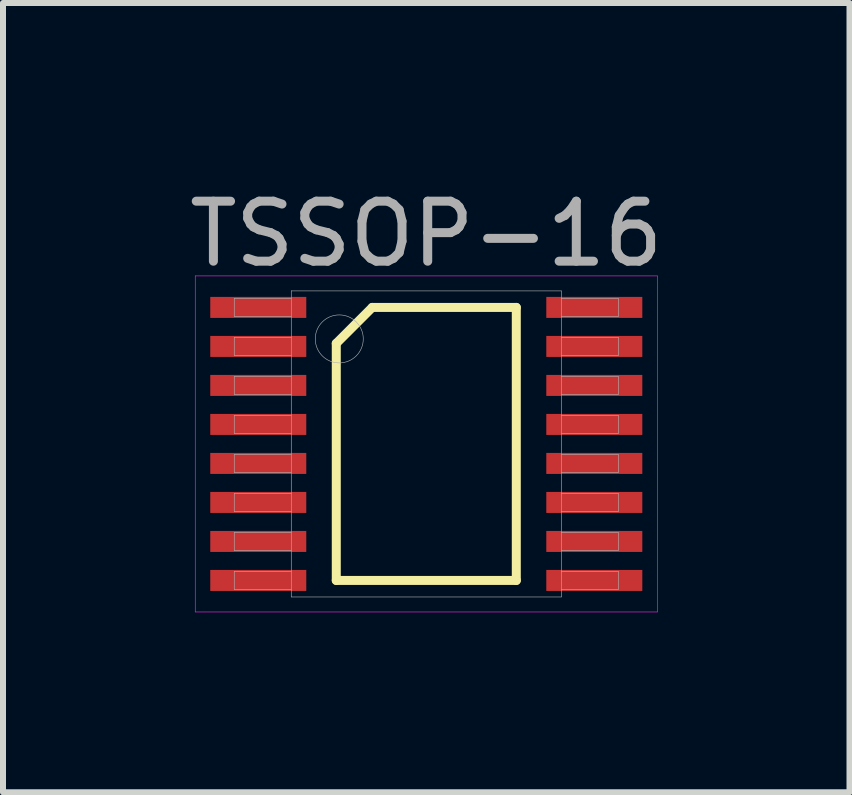
<source format=kicad_pcb>
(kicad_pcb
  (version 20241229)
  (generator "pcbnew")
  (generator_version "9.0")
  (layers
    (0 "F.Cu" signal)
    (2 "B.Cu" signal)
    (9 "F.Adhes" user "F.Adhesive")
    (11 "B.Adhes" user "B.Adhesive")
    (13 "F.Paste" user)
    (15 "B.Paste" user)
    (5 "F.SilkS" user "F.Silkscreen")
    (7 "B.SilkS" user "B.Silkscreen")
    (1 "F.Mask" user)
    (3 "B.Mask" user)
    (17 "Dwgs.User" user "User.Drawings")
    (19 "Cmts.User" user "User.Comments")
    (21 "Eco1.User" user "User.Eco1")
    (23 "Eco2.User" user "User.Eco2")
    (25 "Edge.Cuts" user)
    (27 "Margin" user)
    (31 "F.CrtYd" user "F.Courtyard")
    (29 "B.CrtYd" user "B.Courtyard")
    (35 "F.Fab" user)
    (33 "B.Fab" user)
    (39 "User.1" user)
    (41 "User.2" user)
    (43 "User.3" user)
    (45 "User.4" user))
  (footprint "TSSOP-16"
    (layer "F.Cu")
    (at 4.054 4.348)
    (property "Reference" "TSSOP-16" (at 0 -3.5 0) (layer "F.Fab") (effects (font (size 1 1) (thickness 0.15))))
    (attr through_hole)
    (fp_line (start -1.5 -1.675) (end -0.9 -2.275) (stroke (width 0.15) (type solid)) (layer "F.SilkS"))
    (fp_line (start -1.5 2.275) (end -1.5 -1.675) (stroke (width 0.15) (type solid)) (layer "F.SilkS"))
    (fp_line (start -0.9 -2.275) (end 1.5 -2.275) (stroke (width 0.15) (type solid)) (layer "F.SilkS"))
    (fp_line (start 1.5 -2.275) (end 1.5 2.275) (stroke (width 0.15) (type solid)) (layer "F.SilkS"))
    (fp_line (start 1.5 2.275) (end -1.5 2.275) (stroke (width 0.15) (type solid)) (layer "F.SilkS"))
    (fp_line (start -3.85 -2.8) (end 3.85 -2.8) (stroke (width 0.01) (type solid)) (layer "F.CrtYd"))
    (fp_line (start -3.85 2.8) (end -3.85 -2.8) (stroke (width 0.01) (type solid)) (layer "F.CrtYd"))
    (fp_line (start 3.85 -2.8) (end 3.85 2.8) (stroke (width 0.01) (type solid)) (layer "F.CrtYd"))
    (fp_line (start 3.85 2.8) (end -3.85 2.8) (stroke (width 0.01) (type solid)) (layer "F.CrtYd"))
    (fp_line (start -3.2 -2.425) (end -2.25 -2.425) (stroke (width 0.01) (type solid)) (layer "F.Fab"))
    (fp_line (start -3.2 -2.125) (end -3.2 -2.425) (stroke (width 0.01) (type solid)) (layer "F.Fab"))
    (fp_line (start -3.2 -1.775) (end -2.25 -1.775) (stroke (width 0.01) (type solid)) (layer "F.Fab"))
    (fp_line (start -3.2 -1.475) (end -3.2 -1.775) (stroke (width 0.01) (type solid)) (layer "F.Fab"))
    (fp_line (start -3.2 -1.125) (end -2.25 -1.125) (stroke (width 0.01) (type solid)) (layer "F.Fab"))
    (fp_line (start -3.2 -0.825) (end -3.2 -1.125) (stroke (width 0.01) (type solid)) (layer "F.Fab"))
    (fp_line (start -3.2 -0.475) (end -2.25 -0.475) (stroke (width 0.01) (type solid)) (layer "F.Fab"))
    (fp_line (start -3.2 -0.175) (end -3.2 -0.475) (stroke (width 0.01) (type solid)) (layer "F.Fab"))
    (fp_line (start -3.2 0.175) (end -2.25 0.175) (stroke (width 0.01) (type solid)) (layer "F.Fab"))
    (fp_line (start -3.2 0.475) (end -3.2 0.175) (stroke (width 0.01) (type solid)) (layer "F.Fab"))
    (fp_line (start -3.2 0.825) (end -2.25 0.825) (stroke (width 0.01) (type solid)) (layer "F.Fab"))
    (fp_line (start -3.2 1.125) (end -3.2 0.825) (stroke (width 0.01) (type solid)) (layer "F.Fab"))
    (fp_line (start -3.2 1.475) (end -2.25 1.475) (stroke (width 0.01) (type solid)) (layer "F.Fab"))
    (fp_line (start -3.2 1.775) (end -3.2 1.475) (stroke (width 0.01) (type solid)) (layer "F.Fab"))
    (fp_line (start -3.2 2.125) (end -2.25 2.125) (stroke (width 0.01) (type solid)) (layer "F.Fab"))
    (fp_line (start -3.2 2.425) (end -3.2 2.125) (stroke (width 0.01) (type solid)) (layer "F.Fab"))
    (fp_line (start -2.25 -2.55) (end 2.25 -2.55) (stroke (width 0.01) (type solid)) (layer "F.Fab"))
    (fp_line (start -2.25 -2.125) (end -3.2 -2.125) (stroke (width 0.01) (type solid)) (layer "F.Fab"))
    (fp_line (start -2.25 -1.475) (end -3.2 -1.475) (stroke (width 0.01) (type solid)) (layer "F.Fab"))
    (fp_line (start -2.25 -0.825) (end -3.2 -0.825) (stroke (width 0.01) (type solid)) (layer "F.Fab"))
    (fp_line (start -2.25 -0.175) (end -3.2 -0.175) (stroke (width 0.01) (type solid)) (layer "F.Fab"))
    (fp_line (start -2.25 0.475) (end -3.2 0.475) (stroke (width 0.01) (type solid)) (layer "F.Fab"))
    (fp_line (start -2.25 1.125) (end -3.2 1.125) (stroke (width 0.01) (type solid)) (layer "F.Fab"))
    (fp_line (start -2.25 1.775) (end -3.2 1.775) (stroke (width 0.01) (type solid)) (layer "F.Fab"))
    (fp_line (start -2.25 2.425) (end -3.2 2.425) (stroke (width 0.01) (type solid)) (layer "F.Fab"))
    (fp_line (start -2.25 2.55) (end -2.25 -2.55) (stroke (width 0.01) (type solid)) (layer "F.Fab"))
    (fp_line (start 2.25 -2.55) (end 2.25 2.55) (stroke (width 0.01) (type solid)) (layer "F.Fab"))
    (fp_line (start 2.25 -2.425) (end 3.2 -2.425) (stroke (width 0.01) (type solid)) (layer "F.Fab"))
    (fp_line (start 2.25 -1.775) (end 3.2 -1.775) (stroke (width 0.01) (type solid)) (layer "F.Fab"))
    (fp_line (start 2.25 -1.125) (end 3.2 -1.125) (stroke (width 0.01) (type solid)) (layer "F.Fab"))
    (fp_line (start 2.25 -0.475) (end 3.2 -0.475) (stroke (width 0.01) (type solid)) (layer "F.Fab"))
    (fp_line (start 2.25 0.175) (end 3.2 0.175) (stroke (width 0.01) (type solid)) (layer "F.Fab"))
    (fp_line (start 2.25 0.825) (end 3.2 0.825) (stroke (width 0.01) (type solid)) (layer "F.Fab"))
    (fp_line (start 2.25 1.475) (end 3.2 1.475) (stroke (width 0.01) (type solid)) (layer "F.Fab"))
    (fp_line (start 2.25 2.125) (end 3.2 2.125) (stroke (width 0.01) (type solid)) (layer "F.Fab"))
    (fp_line (start 2.25 2.55) (end -2.25 2.55) (stroke (width 0.01) (type solid)) (layer "F.Fab"))
    (fp_line (start 3.2 -2.425) (end 3.2 -2.125) (stroke (width 0.01) (type solid)) (layer "F.Fab"))
    (fp_line (start 3.2 -2.125) (end 2.25 -2.125) (stroke (width 0.01) (type solid)) (layer "F.Fab"))
    (fp_line (start 3.2 -1.775) (end 3.2 -1.475) (stroke (width 0.01) (type solid)) (layer "F.Fab"))
    (fp_line (start 3.2 -1.475) (end 2.25 -1.475) (stroke (width 0.01) (type solid)) (layer "F.Fab"))
    (fp_line (start 3.2 -1.125) (end 3.2 -0.825) (stroke (width 0.01) (type solid)) (layer "F.Fab"))
    (fp_line (start 3.2 -0.825) (end 2.25 -0.825) (stroke (width 0.01) (type solid)) (layer "F.Fab"))
    (fp_line (start 3.2 -0.475) (end 3.2 -0.175) (stroke (width 0.01) (type solid)) (layer "F.Fab"))
    (fp_line (start 3.2 -0.175) (end 2.25 -0.175) (stroke (width 0.01) (type solid)) (layer "F.Fab"))
    (fp_line (start 3.2 0.175) (end 3.2 0.475) (stroke (width 0.01) (type solid)) (layer "F.Fab"))
    (fp_line (start 3.2 0.475) (end 2.25 0.475) (stroke (width 0.01) (type solid)) (layer "F.Fab"))
    (fp_line (start 3.2 0.825) (end 3.2 1.125) (stroke (width 0.01) (type solid)) (layer "F.Fab"))
    (fp_line (start 3.2 1.125) (end 2.25 1.125) (stroke (width 0.01) (type solid)) (layer "F.Fab"))
    (fp_line (start 3.2 1.475) (end 3.2 1.775) (stroke (width 0.01) (type solid)) (layer "F.Fab"))
    (fp_line (start 3.2 1.775) (end 2.25 1.775) (stroke (width 0.01) (type solid)) (layer "F.Fab"))
    (fp_line (start 3.2 2.125) (end 3.2 2.425) (stroke (width 0.01) (type solid)) (layer "F.Fab"))
    (fp_line (start 3.2 2.425) (end 2.25 2.425) (stroke (width 0.01) (type solid)) (layer "F.Fab"))
    (fp_circle (center -1.45 -1.75) (end -1.45 -1.35) (stroke (width 0.01) (type solid)) (fill no) (layer "F.Fab"))
    (pad "1" smd rect (at -2.8 -2.275) (size 1.6 0.35) (layers "F.Cu" "F.Mask" "F.Paste"))
    (pad "2" smd rect (at -2.8 -1.625) (size 1.6 0.35) (layers "F.Cu" "F.Mask" "F.Paste"))
    (pad "3" smd rect (at -2.8 -0.975) (size 1.6 0.35) (layers "F.Cu" "F.Mask" "F.Paste"))
    (pad "4" smd rect (at -2.8 -0.325) (size 1.6 0.35) (layers "F.Cu" "F.Mask" "F.Paste"))
    (pad "5" smd rect (at -2.8 0.325) (size 1.6 0.35) (layers "F.Cu" "F.Mask" "F.Paste"))
    (pad "6" smd rect (at -2.8 0.975) (size 1.6 0.35) (layers "F.Cu" "F.Mask" "F.Paste"))
    (pad "7" smd rect (at -2.8 1.625) (size 1.6 0.35) (layers "F.Cu" "F.Mask" "F.Paste"))
    (pad "8" smd rect (at -2.8 2.275) (size 1.6 0.35) (layers "F.Cu" "F.Mask" "F.Paste"))
    (pad "9" smd rect (at 2.8 2.275) (size 1.6 0.35) (layers "F.Cu" "F.Mask" "F.Paste"))
    (pad "10" smd rect (at 2.8 1.625) (size 1.6 0.35) (layers "F.Cu" "F.Mask" "F.Paste"))
    (pad "11" smd rect (at 2.8 0.975) (size 1.6 0.35) (layers "F.Cu" "F.Mask" "F.Paste"))
    (pad "12" smd rect (at 2.8 0.325) (size 1.6 0.35) (layers "F.Cu" "F.Mask" "F.Paste"))
    (pad "13" smd rect (at 2.8 -0.325) (size 1.6 0.35) (layers "F.Cu" "F.Mask" "F.Paste"))
    (pad "14" smd rect (at 2.8 -0.975) (size 1.6 0.35) (layers "F.Cu" "F.Mask" "F.Paste"))
    (pad "15" smd rect (at 2.8 -1.625) (size 1.6 0.35) (layers "F.Cu" "F.Mask" "F.Paste"))
    (pad "16" smd rect (at 2.8 -2.275) (size 1.6 0.35) (layers "F.Cu" "F.Mask" "F.Paste")))
  (gr_rect
    (start -3 -3)
    (end 11.107 10.153)
    (stroke (width 0.1) (type default))
    (fill no)
    (layer "Edge.Cuts")))
</source>
